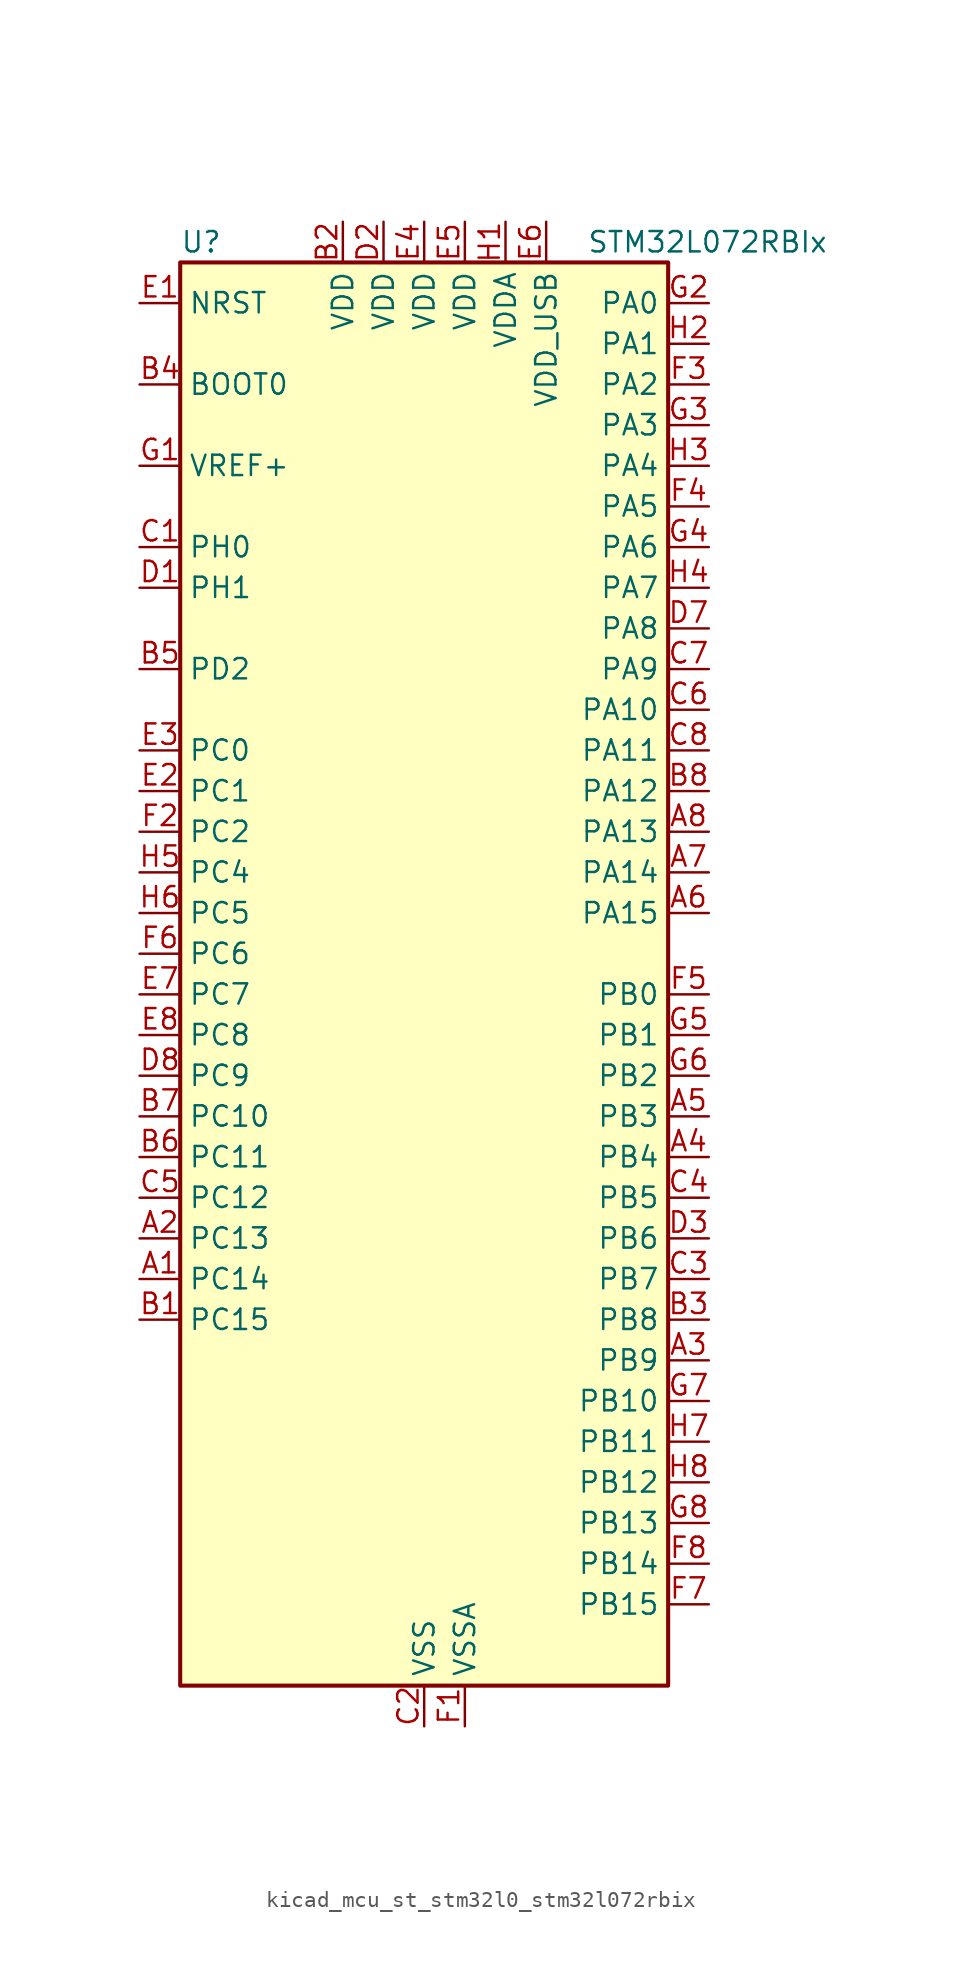
<source format=kicad_sym>
(kicad_symbol_lib
  (version 20220914)
  (generator kicad_symbol_editor)
  (symbol "kicad_mcu_st_stm32l0_stm32l072rbix"
    (property "Reference" "U"
      (at -15.24 46.99 0)
      (effects (font (size 1.27 1.27)) (justify left)))
    (property "Value" "STM32L072RBIx"
      (at 10.16 46.99 0)
      (effects (font (size 1.27 1.27)) (justify left)))
    (property "ki_locked" ""
      (at 0 0 0)
      (effects (font (size 1.27 1.27))))
    (symbol "kicad_mcu_st_stm32l0_stm32l072rbix_0_1"
      (rectangle (start -15.24 -43.18) (end 15.24 45.72) (stroke (width 0.254) (type default)) (fill (type background))))
    (symbol "kicad_mcu_st_stm32l0_stm32l072rbix_1_1"
      (pin bidirectional line (at -17.78 -17.78 0) (length 2.54) (name "PC14" (effects (font (size 1.27 1.27)))) (number "A1" (effects (font (size 1.27 1.27)))) (alternate "RCC_OSC32_IN" bidirectional line))
      (pin bidirectional line (at -17.78 -15.24 0) (length 2.54) (name "PC13" (effects (font (size 1.27 1.27)))) (number "A2" (effects (font (size 1.27 1.27)))) (alternate "RTC_OUT_ALARM" bidirectional line) (alternate "RTC_OUT_CALIB" bidirectional line) (alternate "RTC_TAMP1" bidirectional line) (alternate "RTC_TS" bidirectional line) (alternate "SYS_WKUP2" bidirectional line))
      (pin bidirectional line (at 17.78 -22.86 180) (length 2.54) (name "PB9" (effects (font (size 1.27 1.27)))) (number "A3" (effects (font (size 1.27 1.27)))) (alternate "DAC_EXTI9" bidirectional line) (alternate "I2C1_SDA" bidirectional line) (alternate "I2S2_WS" bidirectional line) (alternate "SPI2_NSS" bidirectional line))
      (pin bidirectional line (at 17.78 -10.16 180) (length 2.54) (name "PB4" (effects (font (size 1.27 1.27)))) (number "A4" (effects (font (size 1.27 1.27)))) (alternate "COMP2_INP" bidirectional line) (alternate "I2C3_SDA" bidirectional line) (alternate "SPI1_MISO" bidirectional line) (alternate "TIM22_CH1" bidirectional line) (alternate "TIM3_CH1" bidirectional line) (alternate "TSC_G5_IO2" bidirectional line) (alternate "USART1_CTS" bidirectional line) (alternate "USART5_RX" bidirectional line))
      (pin bidirectional line (at 17.78 -7.62 180) (length 2.54) (name "PB3" (effects (font (size 1.27 1.27)))) (number "A5" (effects (font (size 1.27 1.27)))) (alternate "COMP2_INM" bidirectional line) (alternate "SPI1_SCK" bidirectional line) (alternate "TIM2_CH2" bidirectional line) (alternate "TSC_G5_IO1" bidirectional line) (alternate "USART1_DE" bidirectional line) (alternate "USART1_RTS" bidirectional line) (alternate "USART5_TX" bidirectional line))
      (pin bidirectional line (at 17.78 5.08 180) (length 2.54) (name "PA15" (effects (font (size 1.27 1.27)))) (number "A6" (effects (font (size 1.27 1.27)))) (alternate "SPI1_NSS" bidirectional line) (alternate "TIM2_CH1" bidirectional line) (alternate "TIM2_ETR" bidirectional line) (alternate "USART2_RX" bidirectional line) (alternate "USART4_DE" bidirectional line) (alternate "USART4_RTS" bidirectional line))
      (pin bidirectional line (at 17.78 7.62 180) (length 2.54) (name "PA14" (effects (font (size 1.27 1.27)))) (number "A7" (effects (font (size 1.27 1.27)))) (alternate "LPUART1_TX" bidirectional line) (alternate "SYS_SWCLK" bidirectional line) (alternate "USART2_TX" bidirectional line))
      (pin bidirectional line (at 17.78 10.16 180) (length 2.54) (name "PA13" (effects (font (size 1.27 1.27)))) (number "A8" (effects (font (size 1.27 1.27)))) (alternate "LPUART1_RX" bidirectional line) (alternate "SYS_SWDIO" bidirectional line) (alternate "USB_NOE" bidirectional line))
      (pin bidirectional line (at -17.78 -20.32 0) (length 2.54) (name "PC15" (effects (font (size 1.27 1.27)))) (number "B1" (effects (font (size 1.27 1.27)))) (alternate "RCC_OSC32_OUT" bidirectional line))
      (pin power_in line (at -5.08 48.26 270) (length 2.54) (name "VDD" (effects (font (size 1.27 1.27)))) (number "B2" (effects (font (size 1.27 1.27)))))
      (pin bidirectional line (at 17.78 -20.32 180) (length 2.54) (name "PB8" (effects (font (size 1.27 1.27)))) (number "B3" (effects (font (size 1.27 1.27)))) (alternate "I2C1_SCL" bidirectional line) (alternate "TSC_SYNC" bidirectional line))
      (pin input line (at -17.78 38.1 0) (length 2.54) (name "BOOT0" (effects (font (size 1.27 1.27)))) (number "B4" (effects (font (size 1.27 1.27)))))
      (pin bidirectional line (at -17.78 20.32 0) (length 2.54) (name "PD2" (effects (font (size 1.27 1.27)))) (number "B5" (effects (font (size 1.27 1.27)))) (alternate "LPUART1_DE" bidirectional line) (alternate "LPUART1_RTS" bidirectional line) (alternate "TIM3_ETR" bidirectional line) (alternate "USART5_RX" bidirectional line))
      (pin bidirectional line (at -17.78 -10.16 0) (length 2.54) (name "PC11" (effects (font (size 1.27 1.27)))) (number "B6" (effects (font (size 1.27 1.27)))) (alternate "ADC_EXTI11" bidirectional line) (alternate "LPUART1_RX" bidirectional line) (alternate "USART4_RX" bidirectional line))
      (pin bidirectional line (at -17.78 -7.62 0) (length 2.54) (name "PC10" (effects (font (size 1.27 1.27)))) (number "B7" (effects (font (size 1.27 1.27)))) (alternate "LPUART1_TX" bidirectional line) (alternate "USART4_TX" bidirectional line))
      (pin bidirectional line (at 17.78 12.7 180) (length 2.54) (name "PA12" (effects (font (size 1.27 1.27)))) (number "B8" (effects (font (size 1.27 1.27)))) (alternate "COMP2_OUT" bidirectional line) (alternate "SPI1_MOSI" bidirectional line) (alternate "TSC_G4_IO4" bidirectional line) (alternate "USART1_DE" bidirectional line) (alternate "USART1_RTS" bidirectional line) (alternate "USB_DP" bidirectional line))
      (pin bidirectional line (at -17.78 27.94 0) (length 2.54) (name "PH0" (effects (font (size 1.27 1.27)))) (number "C1" (effects (font (size 1.27 1.27)))) (alternate "CRS_SYNC" bidirectional line) (alternate "RCC_OSC_IN" bidirectional line))
      (pin power_in line (at 0 -45.72 90) (length 2.54) (name "VSS" (effects (font (size 1.27 1.27)))) (number "C2" (effects (font (size 1.27 1.27)))))
      (pin bidirectional line (at 17.78 -17.78 180) (length 2.54) (name "PB7" (effects (font (size 1.27 1.27)))) (number "C3" (effects (font (size 1.27 1.27)))) (alternate "COMP2_INP" bidirectional line) (alternate "I2C1_SDA" bidirectional line) (alternate "LPTIM1_IN2" bidirectional line) (alternate "SYS_PVD_IN" bidirectional line) (alternate "TSC_G5_IO4" bidirectional line) (alternate "USART1_RX" bidirectional line) (alternate "USART4_CTS" bidirectional line))
      (pin bidirectional line (at 17.78 -12.7 180) (length 2.54) (name "PB5" (effects (font (size 1.27 1.27)))) (number "C4" (effects (font (size 1.27 1.27)))) (alternate "COMP2_INP" bidirectional line) (alternate "I2C1_SMBA" bidirectional line) (alternate "LPTIM1_IN1" bidirectional line) (alternate "SPI1_MOSI" bidirectional line) (alternate "TIM22_CH2" bidirectional line) (alternate "TIM3_CH2" bidirectional line) (alternate "USART1_CK" bidirectional line) (alternate "USART5_CK" bidirectional line) (alternate "USART5_DE" bidirectional line) (alternate "USART5_RTS" bidirectional line))
      (pin bidirectional line (at -17.78 -12.7 0) (length 2.54) (name "PC12" (effects (font (size 1.27 1.27)))) (number "C5" (effects (font (size 1.27 1.27)))) (alternate "USART4_CK" bidirectional line) (alternate "USART5_TX" bidirectional line))
      (pin bidirectional line (at 17.78 17.78 180) (length 2.54) (name "PA10" (effects (font (size 1.27 1.27)))) (number "C6" (effects (font (size 1.27 1.27)))) (alternate "I2C1_SDA" bidirectional line) (alternate "TSC_G4_IO2" bidirectional line) (alternate "USART1_RX" bidirectional line))
      (pin bidirectional line (at 17.78 20.32 180) (length 2.54) (name "PA9" (effects (font (size 1.27 1.27)))) (number "C7" (effects (font (size 1.27 1.27)))) (alternate "DAC_EXTI9" bidirectional line) (alternate "I2C1_SCL" bidirectional line) (alternate "I2C3_SMBA" bidirectional line) (alternate "RCC_MCO" bidirectional line) (alternate "TSC_G4_IO1" bidirectional line) (alternate "USART1_TX" bidirectional line))
      (pin bidirectional line (at 17.78 15.24 180) (length 2.54) (name "PA11" (effects (font (size 1.27 1.27)))) (number "C8" (effects (font (size 1.27 1.27)))) (alternate "ADC_EXTI11" bidirectional line) (alternate "COMP1_OUT" bidirectional line) (alternate "SPI1_MISO" bidirectional line) (alternate "TSC_G4_IO3" bidirectional line) (alternate "USART1_CTS" bidirectional line) (alternate "USB_DM" bidirectional line))
      (pin bidirectional line (at -17.78 25.4 0) (length 2.54) (name "PH1" (effects (font (size 1.27 1.27)))) (number "D1" (effects (font (size 1.27 1.27)))) (alternate "RCC_OSC_OUT" bidirectional line))
      (pin power_in line (at -2.54 48.26 270) (length 2.54) (name "VDD" (effects (font (size 1.27 1.27)))) (number "D2" (effects (font (size 1.27 1.27)))))
      (pin bidirectional line (at 17.78 -15.24 180) (length 2.54) (name "PB6" (effects (font (size 1.27 1.27)))) (number "D3" (effects (font (size 1.27 1.27)))) (alternate "COMP2_INP" bidirectional line) (alternate "I2C1_SCL" bidirectional line) (alternate "LPTIM1_ETR" bidirectional line) (alternate "TSC_G5_IO3" bidirectional line) (alternate "USART1_TX" bidirectional line))
      (pin passive line (at 0 -45.72 90) (length 2.54) hide (name "VSS" (effects (font (size 1.27 1.27)))) (number "D4" (effects (font (size 1.27 1.27)))))
      (pin passive line (at 0 -45.72 90) (length 2.54) hide (name "VSS" (effects (font (size 1.27 1.27)))) (number "D5" (effects (font (size 1.27 1.27)))))
      (pin passive line (at 0 -45.72 90) (length 2.54) hide (name "VSS" (effects (font (size 1.27 1.27)))) (number "D6" (effects (font (size 1.27 1.27)))))
      (pin bidirectional line (at 17.78 22.86 180) (length 2.54) (name "PA8" (effects (font (size 1.27 1.27)))) (number "D7" (effects (font (size 1.27 1.27)))) (alternate "CRS_SYNC" bidirectional line) (alternate "I2C3_SCL" bidirectional line) (alternate "RCC_MCO" bidirectional line) (alternate "USART1_CK" bidirectional line))
      (pin bidirectional line (at -17.78 -5.08 0) (length 2.54) (name "PC9" (effects (font (size 1.27 1.27)))) (number "D8" (effects (font (size 1.27 1.27)))) (alternate "DAC_EXTI9" bidirectional line) (alternate "I2C3_SDA" bidirectional line) (alternate "TIM21_ETR" bidirectional line) (alternate "TIM3_CH4" bidirectional line) (alternate "TSC_G8_IO4" bidirectional line) (alternate "USB_NOE" bidirectional line))
      (pin input line (at -17.78 43.18 0) (length 2.54) (name "NRST" (effects (font (size 1.27 1.27)))) (number "E1" (effects (font (size 1.27 1.27)))))
      (pin bidirectional line (at -17.78 12.7 0) (length 2.54) (name "PC1" (effects (font (size 1.27 1.27)))) (number "E2" (effects (font (size 1.27 1.27)))) (alternate "ADC_IN11" bidirectional line) (alternate "I2C3_SDA" bidirectional line) (alternate "LPTIM1_OUT" bidirectional line) (alternate "LPUART1_TX" bidirectional line) (alternate "TSC_G7_IO2" bidirectional line))
      (pin bidirectional line (at -17.78 15.24 0) (length 2.54) (name "PC0" (effects (font (size 1.27 1.27)))) (number "E3" (effects (font (size 1.27 1.27)))) (alternate "ADC_IN10" bidirectional line) (alternate "I2C3_SCL" bidirectional line) (alternate "LPTIM1_IN1" bidirectional line) (alternate "LPUART1_RX" bidirectional line) (alternate "TSC_G7_IO1" bidirectional line))
      (pin power_in line (at 0 48.26 270) (length 2.54) (name "VDD" (effects (font (size 1.27 1.27)))) (number "E4" (effects (font (size 1.27 1.27)))))
      (pin power_in line (at 2.54 48.26 270) (length 2.54) (name "VDD" (effects (font (size 1.27 1.27)))) (number "E5" (effects (font (size 1.27 1.27)))))
      (pin power_in line (at 7.62 48.26 270) (length 2.54) (name "VDD_USB" (effects (font (size 1.27 1.27)))) (number "E6" (effects (font (size 1.27 1.27)))))
      (pin bidirectional line (at -17.78 0 0) (length 2.54) (name "PC7" (effects (font (size 1.27 1.27)))) (number "E7" (effects (font (size 1.27 1.27)))) (alternate "TIM22_CH2" bidirectional line) (alternate "TIM3_CH2" bidirectional line) (alternate "TSC_G8_IO2" bidirectional line))
      (pin bidirectional line (at -17.78 -2.54 0) (length 2.54) (name "PC8" (effects (font (size 1.27 1.27)))) (number "E8" (effects (font (size 1.27 1.27)))) (alternate "TIM22_ETR" bidirectional line) (alternate "TIM3_CH3" bidirectional line) (alternate "TSC_G8_IO3" bidirectional line))
      (pin power_in line (at 2.54 -45.72 90) (length 2.54) (name "VSSA" (effects (font (size 1.27 1.27)))) (number "F1" (effects (font (size 1.27 1.27)))))
      (pin bidirectional line (at -17.78 10.16 0) (length 2.54) (name "PC2" (effects (font (size 1.27 1.27)))) (number "F2" (effects (font (size 1.27 1.27)))) (alternate "ADC_IN12" bidirectional line) (alternate "I2S2_MCK" bidirectional line) (alternate "LPTIM1_IN2" bidirectional line) (alternate "SPI2_MISO" bidirectional line) (alternate "TSC_G7_IO3" bidirectional line))
      (pin bidirectional line (at 17.78 38.1 180) (length 2.54) (name "PA2" (effects (font (size 1.27 1.27)))) (number "F3" (effects (font (size 1.27 1.27)))) (alternate "ADC_IN2" bidirectional line) (alternate "COMP2_INM" bidirectional line) (alternate "COMP2_OUT" bidirectional line) (alternate "LPUART1_TX" bidirectional line) (alternate "TIM21_CH1" bidirectional line) (alternate "TIM2_CH3" bidirectional line) (alternate "TSC_G1_IO3" bidirectional line) (alternate "USART2_TX" bidirectional line))
      (pin bidirectional line (at 17.78 30.48 180) (length 2.54) (name "PA5" (effects (font (size 1.27 1.27)))) (number "F4" (effects (font (size 1.27 1.27)))) (alternate "ADC_IN5" bidirectional line) (alternate "COMP1_INM" bidirectional line) (alternate "COMP2_INM" bidirectional line) (alternate "DAC_OUT2" bidirectional line) (alternate "SPI1_SCK" bidirectional line) (alternate "TIM2_CH1" bidirectional line) (alternate "TIM2_ETR" bidirectional line) (alternate "TSC_G2_IO2" bidirectional line))
      (pin bidirectional line (at 17.78 0 180) (length 2.54) (name "PB0" (effects (font (size 1.27 1.27)))) (number "F5" (effects (font (size 1.27 1.27)))) (alternate "ADC_IN8" bidirectional line) (alternate "SYS_VREF_OUT_PB0" bidirectional line) (alternate "TIM3_CH3" bidirectional line) (alternate "TSC_G3_IO2" bidirectional line))
      (pin bidirectional line (at -17.78 2.54 0) (length 2.54) (name "PC6" (effects (font (size 1.27 1.27)))) (number "F6" (effects (font (size 1.27 1.27)))) (alternate "TIM22_CH1" bidirectional line) (alternate "TIM3_CH1" bidirectional line) (alternate "TSC_G8_IO1" bidirectional line))
      (pin bidirectional line (at 17.78 -38.1 180) (length 2.54) (name "PB15" (effects (font (size 1.27 1.27)))) (number "F7" (effects (font (size 1.27 1.27)))) (alternate "I2S2_SD" bidirectional line) (alternate "RTC_REFIN" bidirectional line) (alternate "SPI2_MOSI" bidirectional line))
      (pin bidirectional line (at 17.78 -35.56 180) (length 2.54) (name "PB14" (effects (font (size 1.27 1.27)))) (number "F8" (effects (font (size 1.27 1.27)))) (alternate "I2C2_SDA" bidirectional line) (alternate "I2S2_MCK" bidirectional line) (alternate "LPUART1_DE" bidirectional line) (alternate "LPUART1_RTS" bidirectional line) (alternate "RTC_OUT_ALARM" bidirectional line) (alternate "RTC_OUT_CALIB" bidirectional line) (alternate "SPI2_MISO" bidirectional line) (alternate "TIM21_CH2" bidirectional line) (alternate "TSC_G6_IO4" bidirectional line))
      (pin input line (at -17.78 33.02 0) (length 2.54) (name "VREF+" (effects (font (size 1.27 1.27)))) (number "G1" (effects (font (size 1.27 1.27)))))
      (pin bidirectional line (at 17.78 43.18 180) (length 2.54) (name "PA0" (effects (font (size 1.27 1.27)))) (number "G2" (effects (font (size 1.27 1.27)))) (alternate "ADC_IN0" bidirectional line) (alternate "COMP1_INM" bidirectional line) (alternate "COMP1_OUT" bidirectional line) (alternate "RTC_TAMP2" bidirectional line) (alternate "SYS_WKUP1" bidirectional line) (alternate "TIM2_CH1" bidirectional line) (alternate "TIM2_ETR" bidirectional line) (alternate "TSC_G1_IO1" bidirectional line) (alternate "USART2_CTS" bidirectional line) (alternate "USART4_TX" bidirectional line))
      (pin bidirectional line (at 17.78 35.56 180) (length 2.54) (name "PA3" (effects (font (size 1.27 1.27)))) (number "G3" (effects (font (size 1.27 1.27)))) (alternate "ADC_IN3" bidirectional line) (alternate "COMP2_INP" bidirectional line) (alternate "LPUART1_RX" bidirectional line) (alternate "TIM21_CH2" bidirectional line) (alternate "TIM2_CH4" bidirectional line) (alternate "TSC_G1_IO4" bidirectional line) (alternate "USART2_RX" bidirectional line))
      (pin bidirectional line (at 17.78 27.94 180) (length 2.54) (name "PA6" (effects (font (size 1.27 1.27)))) (number "G4" (effects (font (size 1.27 1.27)))) (alternate "ADC_IN6" bidirectional line) (alternate "COMP1_OUT" bidirectional line) (alternate "LPUART1_CTS" bidirectional line) (alternate "SPI1_MISO" bidirectional line) (alternate "TIM22_CH1" bidirectional line) (alternate "TIM3_CH1" bidirectional line) (alternate "TSC_G2_IO3" bidirectional line))
      (pin bidirectional line (at 17.78 -2.54 180) (length 2.54) (name "PB1" (effects (font (size 1.27 1.27)))) (number "G5" (effects (font (size 1.27 1.27)))) (alternate "ADC_IN9" bidirectional line) (alternate "LPUART1_DE" bidirectional line) (alternate "LPUART1_RTS" bidirectional line) (alternate "SYS_VREF_OUT_PB1" bidirectional line) (alternate "TIM3_CH4" bidirectional line) (alternate "TSC_G3_IO3" bidirectional line))
      (pin bidirectional line (at 17.78 -5.08 180) (length 2.54) (name "PB2" (effects (font (size 1.27 1.27)))) (number "G6" (effects (font (size 1.27 1.27)))) (alternate "I2C3_SMBA" bidirectional line) (alternate "LPTIM1_OUT" bidirectional line) (alternate "TSC_G3_IO4" bidirectional line))
      (pin bidirectional line (at 17.78 -25.4 180) (length 2.54) (name "PB10" (effects (font (size 1.27 1.27)))) (number "G7" (effects (font (size 1.27 1.27)))) (alternate "I2C2_SCL" bidirectional line) (alternate "LPUART1_RX" bidirectional line) (alternate "LPUART1_TX" bidirectional line) (alternate "SPI2_SCK" bidirectional line) (alternate "TIM2_CH3" bidirectional line) (alternate "TSC_SYNC" bidirectional line))
      (pin bidirectional line (at 17.78 -33.02 180) (length 2.54) (name "PB13" (effects (font (size 1.27 1.27)))) (number "G8" (effects (font (size 1.27 1.27)))) (alternate "I2C2_SCL" bidirectional line) (alternate "I2S2_CK" bidirectional line) (alternate "LPUART1_CTS" bidirectional line) (alternate "RCC_MCO" bidirectional line) (alternate "SPI2_SCK" bidirectional line) (alternate "TIM21_CH1" bidirectional line) (alternate "TSC_G6_IO3" bidirectional line))
      (pin power_in line (at 5.08 48.26 270) (length 2.54) (name "VDDA" (effects (font (size 1.27 1.27)))) (number "H1" (effects (font (size 1.27 1.27)))))
      (pin bidirectional line (at 17.78 40.64 180) (length 2.54) (name "PA1" (effects (font (size 1.27 1.27)))) (number "H2" (effects (font (size 1.27 1.27)))) (alternate "ADC_IN1" bidirectional line) (alternate "COMP1_INP" bidirectional line) (alternate "TIM21_ETR" bidirectional line) (alternate "TIM2_CH2" bidirectional line) (alternate "TSC_G1_IO2" bidirectional line) (alternate "USART2_DE" bidirectional line) (alternate "USART2_RTS" bidirectional line) (alternate "USART4_RX" bidirectional line))
      (pin bidirectional line (at 17.78 33.02 180) (length 2.54) (name "PA4" (effects (font (size 1.27 1.27)))) (number "H3" (effects (font (size 1.27 1.27)))) (alternate "ADC_IN4" bidirectional line) (alternate "COMP1_INM" bidirectional line) (alternate "COMP2_INM" bidirectional line) (alternate "DAC_OUT1" bidirectional line) (alternate "SPI1_NSS" bidirectional line) (alternate "TIM22_ETR" bidirectional line) (alternate "TSC_G2_IO1" bidirectional line) (alternate "USART2_CK" bidirectional line))
      (pin bidirectional line (at 17.78 25.4 180) (length 2.54) (name "PA7" (effects (font (size 1.27 1.27)))) (number "H4" (effects (font (size 1.27 1.27)))) (alternate "ADC_IN7" bidirectional line) (alternate "COMP2_OUT" bidirectional line) (alternate "SPI1_MOSI" bidirectional line) (alternate "TIM22_CH2" bidirectional line) (alternate "TIM3_CH2" bidirectional line) (alternate "TSC_G2_IO4" bidirectional line))
      (pin bidirectional line (at -17.78 7.62 0) (length 2.54) (name "PC4" (effects (font (size 1.27 1.27)))) (number "H5" (effects (font (size 1.27 1.27)))) (alternate "ADC_IN14" bidirectional line) (alternate "LPUART1_TX" bidirectional line))
      (pin bidirectional line (at -17.78 5.08 0) (length 2.54) (name "PC5" (effects (font (size 1.27 1.27)))) (number "H6" (effects (font (size 1.27 1.27)))) (alternate "ADC_IN15" bidirectional line) (alternate "LPUART1_RX" bidirectional line) (alternate "TSC_G3_IO1" bidirectional line))
      (pin bidirectional line (at 17.78 -27.94 180) (length 2.54) (name "PB11" (effects (font (size 1.27 1.27)))) (number "H7" (effects (font (size 1.27 1.27)))) (alternate "ADC_EXTI11" bidirectional line) (alternate "I2C2_SDA" bidirectional line) (alternate "LPUART1_RX" bidirectional line) (alternate "LPUART1_TX" bidirectional line) (alternate "TIM2_CH4" bidirectional line) (alternate "TSC_G6_IO1" bidirectional line))
      (pin bidirectional line (at 17.78 -30.48 180) (length 2.54) (name "PB12" (effects (font (size 1.27 1.27)))) (number "H8" (effects (font (size 1.27 1.27)))) (alternate "I2S2_WS" bidirectional line) (alternate "LPUART1_DE" bidirectional line) (alternate "LPUART1_RTS" bidirectional line) (alternate "SPI2_NSS" bidirectional line) (alternate "TSC_G6_IO2" bidirectional line)))))
</source>
